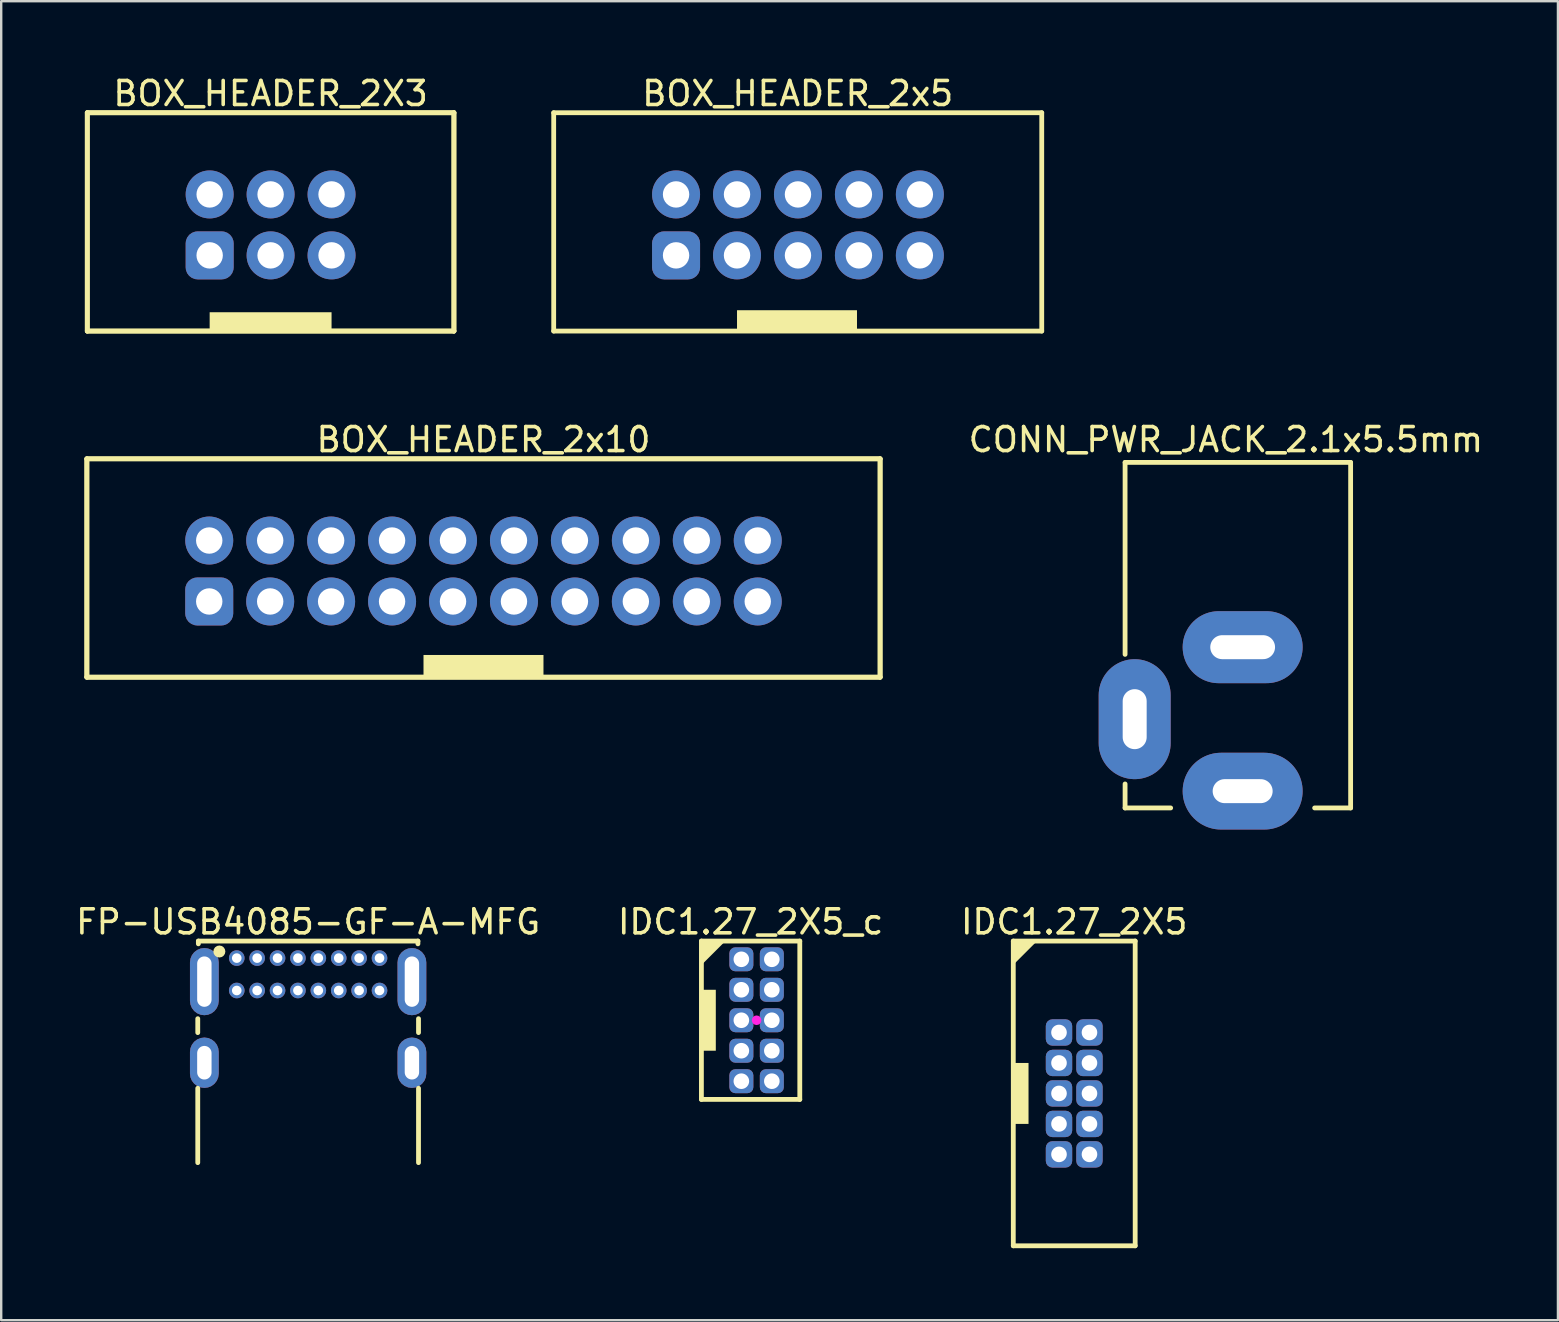
<source format=kicad_pcb>
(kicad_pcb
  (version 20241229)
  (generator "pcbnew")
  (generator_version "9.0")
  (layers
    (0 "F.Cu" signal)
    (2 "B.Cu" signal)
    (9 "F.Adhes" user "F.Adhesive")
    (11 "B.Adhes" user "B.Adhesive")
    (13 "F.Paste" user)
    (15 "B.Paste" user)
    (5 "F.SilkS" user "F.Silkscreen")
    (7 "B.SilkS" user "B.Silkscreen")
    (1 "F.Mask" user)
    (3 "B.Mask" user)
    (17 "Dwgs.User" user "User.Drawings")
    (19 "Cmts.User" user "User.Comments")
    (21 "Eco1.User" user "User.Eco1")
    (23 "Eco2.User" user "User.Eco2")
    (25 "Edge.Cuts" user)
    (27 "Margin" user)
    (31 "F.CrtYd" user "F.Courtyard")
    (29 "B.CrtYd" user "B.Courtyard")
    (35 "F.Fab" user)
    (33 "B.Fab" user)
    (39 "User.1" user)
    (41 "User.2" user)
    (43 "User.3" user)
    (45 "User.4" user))
  (footprint "IDC1.27_2X5"
    (layer "F.Cu")
    (at 41.72 42.52)
    (property "Reference" "IDC1.27_2X5" (at 0 -7.15 0) (layer "F.SilkS") (effects (font (size 1 1) (thickness 0.15))))
    (fp_line (start -2.54 -6.35) (end 2.54 -6.35) (stroke (width 0.2) (type solid)) (layer "F.SilkS"))
    (fp_line (start -2.54 6.35) (end -2.54 -6.35) (stroke (width 0.2) (type solid)) (layer "F.SilkS"))
    (fp_line (start -2.54 6.35) (end 2.54 6.35) (stroke (width 0.2) (type solid)) (layer "F.SilkS"))
    (fp_line (start 2.54 6.35) (end 2.54 -6.35) (stroke (width 0.2) (type solid)) (layer "F.SilkS"))
    (fp_poly (pts (xy -2.54 -1.27) (xy -1.905 -1.27) (xy -1.905 1.27) (xy -2.54 1.27)) (stroke (width 0) (type default)) (fill yes) (layer "F.SilkS"))
    (fp_poly (pts (xy -1.6 -6.3) (xy -2.6 -5.3) (xy -2.6 -6.31) (xy -2.64 -6.35)) (stroke (width 0) (type default)) (fill yes) (layer "F.SilkS"))
    (fp_circle (center 0 0) (end 0 -0.1) (stroke (width 0.2) (type solid)) (fill no) (layer "Eco2.User"))
    (pad "1" thru_hole roundrect (at -0.635 -2.54 270) (size 1.1 1.1) (drill 0.65) (layers "*.Cu" "*.Mask") (roundrect_rratio 0.25))
    (pad "2" thru_hole roundrect (at 0.635 -2.54 270) (size 1.1 1.1) (drill 0.65) (layers "*.Cu" "*.Mask") (roundrect_rratio 0.25))
    (pad "3" thru_hole roundrect (at -0.635 -1.27 270) (size 1.1 1.1) (drill 0.65) (layers "*.Cu" "*.Mask") (roundrect_rratio 0.25))
    (pad "4" thru_hole roundrect (at 0.635 -1.27 270) (size 1.1 1.1) (drill 0.65) (layers "*.Cu" "*.Mask") (roundrect_rratio 0.25))
    (pad "5" thru_hole roundrect (at -0.635 0 270) (size 1.1 1.1) (drill 0.65) (layers "*.Cu" "*.Mask") (roundrect_rratio 0.25))
    (pad "6" thru_hole roundrect (at 0.635 0 270) (size 1.1 1.1) (drill 0.65) (layers "*.Cu" "*.Mask") (roundrect_rratio 0.25))
    (pad "7" thru_hole roundrect (at -0.635 1.27 270) (size 1.1 1.1) (drill 0.65) (layers "*.Cu" "*.Mask") (roundrect_rratio 0.25))
    (pad "8" thru_hole roundrect (at 0.635 1.27 270) (size 1.1 1.1) (drill 0.65) (layers "*.Cu" "*.Mask") (roundrect_rratio 0.25))
    (pad "9" thru_hole roundrect (at -0.635 2.54 270) (size 1.1 1.1) (drill 0.65) (layers "*.Cu" "*.Mask") (roundrect_rratio 0.25))
    (pad "10" thru_hole roundrect (at 0.635 2.54 270) (size 1.1 1.1) (drill 0.65) (layers "*.Cu" "*.Mask") (roundrect_rratio 0.25)))
  (footprint "BOX_HEADER_2x10"
    (layer "F.Cu")
    (at 17.1 20.747)
    (property "Reference" "BOX_HEADER_2x10" (at -0.00021 -5.475 0) (layer "F.SilkS") (effects (font (size 1 1) (thickness 0.15))))
    (fp_line (start -16.53 -4.675) (end 16.53 -4.675) (stroke (width 0.2) (type solid)) (layer "F.SilkS"))
    (fp_line (start -16.53 -4.675) (end 16.53 -4.675) (stroke (width 0.2) (type solid)) (layer "F.SilkS"))
    (fp_line (start -16.53 4.425) (end -16.53 -4.675) (stroke (width 0.2) (type solid)) (layer "F.SilkS"))
    (fp_line (start -16.53 4.425) (end -16.53 -4.675) (stroke (width 0.2) (type solid)) (layer "F.SilkS"))
    (fp_line (start -16.53 4.425) (end 16.53 4.425) (stroke (width 0.2) (type solid)) (layer "F.SilkS"))
    (fp_line (start -16.53 4.425) (end 16.53 4.425) (stroke (width 0.2) (type solid)) (layer "F.SilkS"))
    (fp_line (start 16.53 4.425) (end 16.53 -4.675) (stroke (width 0.2) (type solid)) (layer "F.SilkS"))
    (fp_line (start 16.53 4.425) (end 16.53 -4.675) (stroke (width 0.2) (type solid)) (layer "F.SilkS"))
    (fp_rect (start -2.5 4.425) (end 2.5 3.5) (stroke (width 0) (type default)) (fill yes) (layer "F.SilkS"))
    (fp_line (start -17 -5.25) (end 17 -5.25) (stroke (width 0.2) (type solid)) (layer "Eco2.User"))
    (fp_line (start -17 -1.5) (end -17 -5.25) (stroke (width 0.2) (type solid)) (layer "Eco2.User"))
    (fp_line (start -17 5) (end -17 -1.5) (stroke (width 0.2) (type solid)) (layer "Eco2.User"))
    (fp_line (start -17 5) (end 17 5) (stroke (width 0.2) (type solid)) (layer "Eco2.User"))
    (fp_line (start 17 5) (end 17 -5.25) (stroke (width 0.2) (type solid)) (layer "Eco2.User"))
    (fp_circle (center 0 0) (end 0 -0.098) (stroke (width 0.4) (type solid)) (fill no) (layer "Eco2.User"))
    (pad "1" thru_hole roundrect (at -11.43 1.27) (size 2 2) (drill 1.1) (layers "*.Cu" "*.Mask") (roundrect_rratio 0.25))
    (pad "2" thru_hole circle (at -11.43 -1.27) (size 2 2) (drill 1.1) (layers "*.Cu" "*.Mask"))
    (pad "3" thru_hole circle (at -8.89 1.27) (size 2 2) (drill 1.1) (layers "*.Cu" "*.Mask"))
    (pad "4" thru_hole circle (at -8.89 -1.27) (size 2 2) (drill 1.1) (layers "*.Cu" "*.Mask"))
    (pad "5" thru_hole circle (at -6.35 1.27) (size 2 2) (drill 1.1) (layers "*.Cu" "*.Mask"))
    (pad "6" thru_hole circle (at -6.35 -1.27) (size 2 2) (drill 1.1) (layers "*.Cu" "*.Mask"))
    (pad "7" thru_hole circle (at -3.81 1.27) (size 2 2) (drill 1.1) (layers "*.Cu" "*.Mask"))
    (pad "8" thru_hole circle (at -3.81 -1.27) (size 2 2) (drill 1.1) (layers "*.Cu" "*.Mask"))
    (pad "9" thru_hole circle (at -1.27 1.27) (size 2 2) (drill 1.1) (layers "*.Cu" "*.Mask"))
    (pad "10" thru_hole circle (at -1.27 -1.27) (size 2 2) (drill 1.1) (layers "*.Cu" "*.Mask"))
    (pad "11" thru_hole circle (at 1.27 1.27) (size 2 2) (drill 1.1) (layers "*.Cu" "*.Mask"))
    (pad "12" thru_hole circle (at 1.27 -1.27) (size 2 2) (drill 1.1) (layers "*.Cu" "*.Mask"))
    (pad "13" thru_hole circle (at 3.81 1.27) (size 2 2) (drill 1.1) (layers "*.Cu" "*.Mask"))
    (pad "14" thru_hole circle (at 3.81 -1.27) (size 2 2) (drill 1.1) (layers "*.Cu" "*.Mask"))
    (pad "15" thru_hole circle (at 6.35 1.27) (size 2 2) (drill 1.1) (layers "*.Cu" "*.Mask"))
    (pad "16" thru_hole circle (at 6.35 -1.27) (size 2 2) (drill 1.1) (layers "*.Cu" "*.Mask"))
    (pad "17" thru_hole circle (at 8.89 1.27) (size 2 2) (drill 1.1) (layers "*.Cu" "*.Mask"))
    (pad "18" thru_hole circle (at 8.89 -1.27) (size 2 2) (drill 1.1) (layers "*.Cu" "*.Mask"))
    (pad "19" thru_hole circle (at 11.43 1.27) (size 2 2) (drill 1.1) (layers "*.Cu" "*.Mask"))
    (pad "20" thru_hole circle (at 11.43 -1.27) (size 2 2) (drill 1.1) (layers "*.Cu" "*.Mask")))
  (footprint "FP-USB4085-GF-A-MFG"
    (layer "F.Cu")
    (at 9.792 40.905)
    (property "Reference" "FP-USB4085-GF-A-MFG" (at 0 -5.535 0) (layer "F.SilkS") (effects (font (size 1 1) (thickness 0.15))))
    (fp_line (start -4.6 -0.92) (end -4.6 -1.5) (stroke (width 0.2) (type solid)) (layer "F.SilkS"))
    (fp_line (start -4.6 4.5) (end -4.6 1.4) (stroke (width 0.2) (type solid)) (layer "F.SilkS"))
    (fp_line (start -4.575 -4.735) (end 4.575 -4.735) (stroke (width 0.2) (type solid)) (layer "F.SilkS"))
    (fp_line (start -4.575 -4.62) (end -4.575 -4.735) (stroke (width 0.2) (type solid)) (layer "F.SilkS"))
    (fp_line (start 4.575 -4.62) (end 4.575 -4.735) (stroke (width 0.2) (type solid)) (layer "F.SilkS"))
    (fp_line (start 4.6 -0.92) (end 4.6 -1.5) (stroke (width 0.2) (type solid)) (layer "F.SilkS"))
    (fp_line (start 4.6 4.5) (end 4.6 1.4) (stroke (width 0.2) (type solid)) (layer "F.SilkS"))
    (fp_circle (center -3.7 -4.3) (end -3.7 -4.425) (stroke (width 0.25) (type solid)) (fill no) (layer "F.SilkS"))
    (fp_line (start -5.1 -5) (end 5.1 -5) (stroke (width 0.1) (type solid)) (layer "Eco2.User"))
    (fp_line (start -5.1 4.835) (end -5.1 -5) (stroke (width 0.1) (type solid)) (layer "Eco2.User"))
    (fp_line (start -5.1 4.835) (end 5.1 4.835) (stroke (width 0.1) (type solid)) (layer "Eco2.User"))
    (fp_line (start -0.5 0) (end 0.5 0) (stroke (width 0.1) (type solid)) (layer "Eco2.User"))
    (fp_line (start 0 0.5) (end 0 -0.5) (stroke (width 0.1) (type solid)) (layer "Eco2.User"))
    (fp_line (start 5.1 4.835) (end 5.1 -5) (stroke (width 0.1) (type solid)) (layer "Eco2.User"))
    (pad "A1" thru_hole circle (at -2.975 -4.025) (size 0.65 0.65) (drill 0.4) (layers "*.Cu" "*.Mask"))
    (pad "A4" thru_hole circle (at -2.125 -4.025) (size 0.65 0.65) (drill 0.4) (layers "*.Cu" "*.Mask"))
    (pad "A5" thru_hole circle (at -1.275 -4.025) (size 0.65 0.65) (drill 0.4) (layers "*.Cu" "*.Mask"))
    (pad "A6" thru_hole circle (at -0.425 -4.025) (size 0.65 0.65) (drill 0.4) (layers "*.Cu" "*.Mask"))
    (pad "A7" thru_hole circle (at 0.425 -4.025) (size 0.65 0.65) (drill 0.4) (layers "*.Cu" "*.Mask"))
    (pad "A8" thru_hole circle (at 1.275 -4.025) (size 0.65 0.65) (drill 0.4) (layers "*.Cu" "*.Mask"))
    (pad "A9" thru_hole circle (at 2.125 -4.025) (size 0.65 0.65) (drill 0.4) (layers "*.Cu" "*.Mask"))
    (pad "A12" thru_hole circle (at 2.975 -4.025) (size 0.65 0.65) (drill 0.4) (layers "*.Cu" "*.Mask"))
    (pad "B1" thru_hole circle (at 2.975 -2.675) (size 0.65 0.65) (drill 0.4) (layers "*.Cu" "*.Mask"))
    (pad "B4" thru_hole circle (at 2.125 -2.675) (size 0.65 0.65) (drill 0.4) (layers "*.Cu" "*.Mask"))
    (pad "B5" thru_hole circle (at 1.275 -2.675) (size 0.65 0.65) (drill 0.4) (layers "*.Cu" "*.Mask"))
    (pad "B6" thru_hole circle (at 0.425 -2.675) (size 0.65 0.65) (drill 0.4) (layers "*.Cu" "*.Mask"))
    (pad "B7" thru_hole circle (at -0.425 -2.675) (size 0.65 0.65) (drill 0.4) (layers "*.Cu" "*.Mask"))
    (pad "B8" thru_hole circle (at -1.275 -2.675) (size 0.65 0.65) (drill 0.4) (layers "*.Cu" "*.Mask"))
    (pad "B9" thru_hole circle (at -2.125 -2.675) (size 0.65 0.65) (drill 0.4) (layers "*.Cu" "*.Mask"))
    (pad "B12" thru_hole circle (at -2.975 -2.675) (size 0.65 0.65) (drill 0.4) (layers "*.Cu" "*.Mask"))
    (pad "SH1" thru_hole roundrect (at -4.325 -3.045) (size 1.2 2.8) (drill oval 0.6 2.1) (layers "*.Cu" "*.Mask") (roundrect_rratio 0.5))
    (pad "SH2" thru_hole roundrect (at 4.325 -3.045) (size 1.2 2.8) (drill oval 0.6 2.1) (layers "*.Cu" "*.Mask") (roundrect_rratio 0.5))
    (pad "SH3" thru_hole roundrect (at -4.325 0.335) (size 1.2 2.1) (drill oval 0.6 1.4) (layers "*.Cu" "*.Mask") (roundrect_rratio 0.5))
    (pad "SH4" thru_hole roundrect (at 4.325 0.335) (size 1.2 2.1) (drill oval 0.6 1.4) (layers "*.Cu" "*.Mask") (roundrect_rratio 0.5)))
  (footprint "IDC1.27_2X5_c"
    (layer "F.Cu")
    (at 28.482 39.47)
    (property "Reference" "IDC1.27_2X5_c" (at -0.25 -4.1 0) (layer "F.SilkS") (effects (font (size 1 1) (thickness 0.15))))
    (fp_line (start -2.3 -3.3) (end 1.8 -3.3) (stroke (width 0.2) (type solid)) (layer "F.SilkS"))
    (fp_line (start -2.3 3.3) (end -2.3 -3.3) (stroke (width 0.2) (type solid)) (layer "F.SilkS"))
    (fp_line (start -2.3 3.3) (end 1.8 3.3) (stroke (width 0.2) (type solid)) (layer "F.SilkS"))
    (fp_line (start 1.8 3.3) (end 1.8 -3.3) (stroke (width 0.2) (type solid)) (layer "F.SilkS"))
    (fp_poly (pts (xy -2.335 -1.27) (xy -1.7 -1.27) (xy -1.7 1.27) (xy -2.335 1.27)) (stroke (width 0) (type default)) (fill yes) (layer "F.SilkS"))
    (fp_poly (pts (xy -1.3 -3.3) (xy -2.3 -2.3) (xy -2.3 -3.31) (xy -2.34 -3.35)) (stroke (width 0) (type default)) (fill yes) (layer "F.SilkS"))
    (fp_circle (center 0 0) (end 0 -0.1) (stroke (width 0.2) (type solid)) (fill no) (layer "F.CrtYd"))
    (pad "1" thru_hole roundrect (at -0.635 -2.54 270) (size 1 1) (drill 0.65) (layers "*.Cu" "*.Mask") (roundrect_rratio 0.25))
    (pad "2" thru_hole roundrect (at 0.635 -2.54 270) (size 1 1) (drill 0.65) (layers "*.Cu" "*.Mask") (roundrect_rratio 0.25))
    (pad "3" thru_hole roundrect (at -0.635 -1.27 270) (size 1 1) (drill 0.65) (layers "*.Cu" "*.Mask") (roundrect_rratio 0.25))
    (pad "4" thru_hole roundrect (at 0.635 -1.27 270) (size 1 1) (drill 0.65) (layers "*.Cu" "*.Mask") (roundrect_rratio 0.25))
    (pad "5" thru_hole roundrect (at -0.635 0 270) (size 1 1) (drill 0.65) (layers "*.Cu" "*.Mask") (roundrect_rratio 0.25))
    (pad "6" thru_hole roundrect (at 0.635 0 270) (size 1 1) (drill 0.65) (layers "*.Cu" "*.Mask") (roundrect_rratio 0.25))
    (pad "7" thru_hole roundrect (at -0.635 1.27 270) (size 1 1) (drill 0.65) (layers "*.Cu" "*.Mask") (roundrect_rratio 0.25))
    (pad "8" thru_hole roundrect (at 0.635 1.27 270) (size 1 1) (drill 0.65) (layers "*.Cu" "*.Mask") (roundrect_rratio 0.25))
    (pad "9" thru_hole roundrect (at -0.635 2.54 270) (size 1 1) (drill 0.65) (layers "*.Cu" "*.Mask") (roundrect_rratio 0.25))
    (pad "10" thru_hole roundrect (at 0.635 2.54 270) (size 1 1) (drill 0.65) (layers "*.Cu" "*.Mask") (roundrect_rratio 0.25)))
  (footprint "CONN_PWR_JACK_2.1x5.5mm"
    (layer "F.Cu")
    (at 48.739 16.222)
    (property "Reference" "CONN_PWR_JACK_2.1x5.5mm" (at -0.7 -0.95 0) (layer "F.SilkS") (effects (font (size 1 1) (thickness 0.15))))
    (fp_line (start -4.9 0) (end 4.5 0) (stroke (width 0.2) (type solid)) (layer "F.SilkS"))
    (fp_line (start -4.9 8) (end -4.9 0) (stroke (width 0.2) (type solid)) (layer "F.SilkS"))
    (fp_line (start -4.9 14.4) (end -4.9 13.4) (stroke (width 0.2) (type solid)) (layer "F.SilkS"))
    (fp_line (start -4.9 14.4) (end -3 14.4) (stroke (width 0.2) (type solid)) (layer "F.SilkS"))
    (fp_line (start 3 14.4) (end 4.5 14.4) (stroke (width 0.2) (type solid)) (layer "F.SilkS"))
    (fp_line (start 4.5 14.4) (end 4.5 0) (stroke (width 0.2) (type solid)) (layer "F.SilkS"))
    (pad "1" thru_hole oval (at 0 13.7) (size 5 3.2) (drill oval 2.5 1) (layers "*.Cu" "*.Mask"))
    (pad "2" thru_hole oval (at 0 7.7) (size 5 3) (drill oval 2.7 1) (layers "*.Cu" "*.Mask"))
    (pad "3" thru_hole oval (at -4.5 10.7) (size 3 5) (drill oval 1 2.5) (layers "*.Cu" "*.Mask")))
  (footprint "BOX_HEADER_2X3"
    (layer "F.Cu")
    (at 8.228 6.323)
    (property "Reference" "BOX_HEADER_2X3" (at -0.00007 -5.475 0) (layer "F.SilkS") (effects (font (size 1 1) (thickness 0.15))))
    (fp_line (start -7.64 -4.675) (end 7.64 -4.675) (stroke (width 0.2) (type solid)) (layer "F.SilkS"))
    (fp_line (start -7.64 -4.675) (end 7.64 -4.675) (stroke (width 0.2) (type solid)) (layer "F.SilkS"))
    (fp_line (start -7.64 4.425) (end -7.64 -4.675) (stroke (width 0.2) (type solid)) (layer "F.SilkS"))
    (fp_line (start -7.64 4.425) (end -7.64 -4.675) (stroke (width 0.2) (type solid)) (layer "F.SilkS"))
    (fp_line (start -7.64 4.425) (end 7.64 4.425) (stroke (width 0.2) (type solid)) (layer "F.SilkS"))
    (fp_line (start -7.64 4.425) (end 7.64 4.425) (stroke (width 0.2) (type solid)) (layer "F.SilkS"))
    (fp_line (start 7.64 4.425) (end 7.64 -4.675) (stroke (width 0.2) (type solid)) (layer "F.SilkS"))
    (fp_line (start 7.64 4.425) (end 7.64 -4.675) (stroke (width 0.2) (type solid)) (layer "F.SilkS"))
    (fp_rect (start -2.54 4.425) (end 2.54 3.64) (stroke (width 0) (type default)) (fill yes) (layer "F.SilkS"))
    (fp_line (start -8.128 -5.25) (end 8.128 -5.25) (stroke (width 0.2) (type solid)) (layer "Eco2.User"))
    (fp_line (start -8.128 -0.248) (end -8.128 -5.25) (stroke (width 0.2) (type solid)) (layer "Eco2.User"))
    (fp_line (start -8.128 5) (end -8.128 -0.248) (stroke (width 0.2) (type solid)) (layer "Eco2.User"))
    (fp_line (start -8.128 5) (end 8.128 5) (stroke (width 0.2) (type solid)) (layer "Eco2.User"))
    (fp_line (start 8.128 5) (end 8.128 -5.25) (stroke (width 0.2) (type solid)) (layer "Eco2.User"))
    (fp_circle (center 0 0) (end 0 -0.098) (stroke (width 0.4) (type solid)) (fill no) (layer "Eco2.User"))
    (pad "1" thru_hole roundrect (at -2.54 1.27) (size 2 2) (drill 1.1) (layers "*.Cu" "*.Mask") (roundrect_rratio 0.25))
    (pad "2" thru_hole circle (at -2.54 -1.27) (size 2 2) (drill 1.1) (layers "*.Cu" "*.Mask"))
    (pad "3" thru_hole circle (at -0.00008 1.27) (size 2 2) (drill 1.1) (layers "*.Cu" "*.Mask"))
    (pad "4" thru_hole circle (at -0.00008 -1.27) (size 2 2) (drill 1.1) (layers "*.Cu" "*.Mask"))
    (pad "5" thru_hole circle (at 2.54 1.27) (size 2 2) (drill 1.1) (layers "*.Cu" "*.Mask"))
    (pad "6" thru_hole circle (at 2.54 -1.27) (size 2 2) (drill 1.1) (layers "*.Cu" "*.Mask")))
  (footprint "BOX_HEADER_2x5"
    (layer "F.Cu")
    (at 30.206 6.323)
    (property "Reference" "BOX_HEADER_2x5" (at -0.01 -5.475 0) (layer "F.SilkS") (effects (font (size 1 1) (thickness 0.15))))
    (fp_line (start -10.18 -4.675) (end 10.16 -4.675) (stroke (width 0.2) (type solid)) (layer "F.SilkS"))
    (fp_line (start -10.18 4.425) (end -10.18 -4.675) (stroke (width 0.2) (type solid)) (layer "F.SilkS"))
    (fp_line (start -10.18 4.425) (end 10.16 4.425) (stroke (width 0.2) (type solid)) (layer "F.SilkS"))
    (fp_line (start 10.16 4.425) (end 10.16 -4.675) (stroke (width 0.2) (type solid)) (layer "F.SilkS"))
    (fp_rect (start -2.54 4.481) (end 2.46 3.556) (stroke (width 0) (type default)) (fill yes) (layer "F.SilkS"))
    (fp_line (start -10.65 -5.25) (end 10.668 -5.25) (stroke (width 0.2) (type solid)) (layer "Eco2.User"))
    (fp_line (start -10.65 -1.5) (end -10.65 -5.25) (stroke (width 0.2) (type solid)) (layer "Eco2.User"))
    (fp_line (start -10.65 5) (end -10.65 -1.5) (stroke (width 0.2) (type solid)) (layer "Eco2.User"))
    (fp_line (start -10.65 5) (end 10.668 5) (stroke (width 0.2) (type solid)) (layer "Eco2.User"))
    (fp_line (start 10.668 5) (end 10.668 -5.25) (stroke (width 0.2) (type solid)) (layer "Eco2.User"))
    (fp_circle (center 0 0) (end 0 -0.098) (stroke (width 0.4) (type solid)) (fill no) (layer "Eco2.User"))
    (pad "1" thru_hole roundrect (at -5.08 1.27) (size 2 2) (drill 1.1) (layers "*.Cu" "*.Mask") (roundrect_rratio 0.25))
    (pad "2" thru_hole circle (at -5.08 -1.27) (size 2 2) (drill 1.1) (layers "*.Cu" "*.Mask"))
    (pad "3" thru_hole circle (at -2.54 1.27) (size 2 2) (drill 1.1) (layers "*.Cu" "*.Mask"))
    (pad "4" thru_hole circle (at -2.54 -1.27) (size 2 2) (drill 1.1) (layers "*.Cu" "*.Mask"))
    (pad "5" thru_hole circle (at 0 1.27) (size 2 2) (drill 1.1) (layers "*.Cu" "*.Mask"))
    (pad "6" thru_hole circle (at 0 -1.27) (size 2 2) (drill 1.1) (layers "*.Cu" "*.Mask"))
    (pad "7" thru_hole circle (at 2.54 1.27) (size 2 2) (drill 1.1) (layers "*.Cu" "*.Mask"))
    (pad "8" thru_hole circle (at 2.54 -1.27) (size 2 2) (drill 1.1) (layers "*.Cu" "*.Mask"))
    (pad "9" thru_hole circle (at 5.08 1.27) (size 2 2) (drill 1.1) (layers "*.Cu" "*.Mask"))
    (pad "10" thru_hole circle (at 5.08 -1.27) (size 2 2) (drill 1.1) (layers "*.Cu" "*.Mask")))
  (gr_rect
    (start -3 -3)
    (end 61.879 51.97)
    (stroke (width 0.1) (type default))
    (fill no)
    (layer "Edge.Cuts")))
</source>
